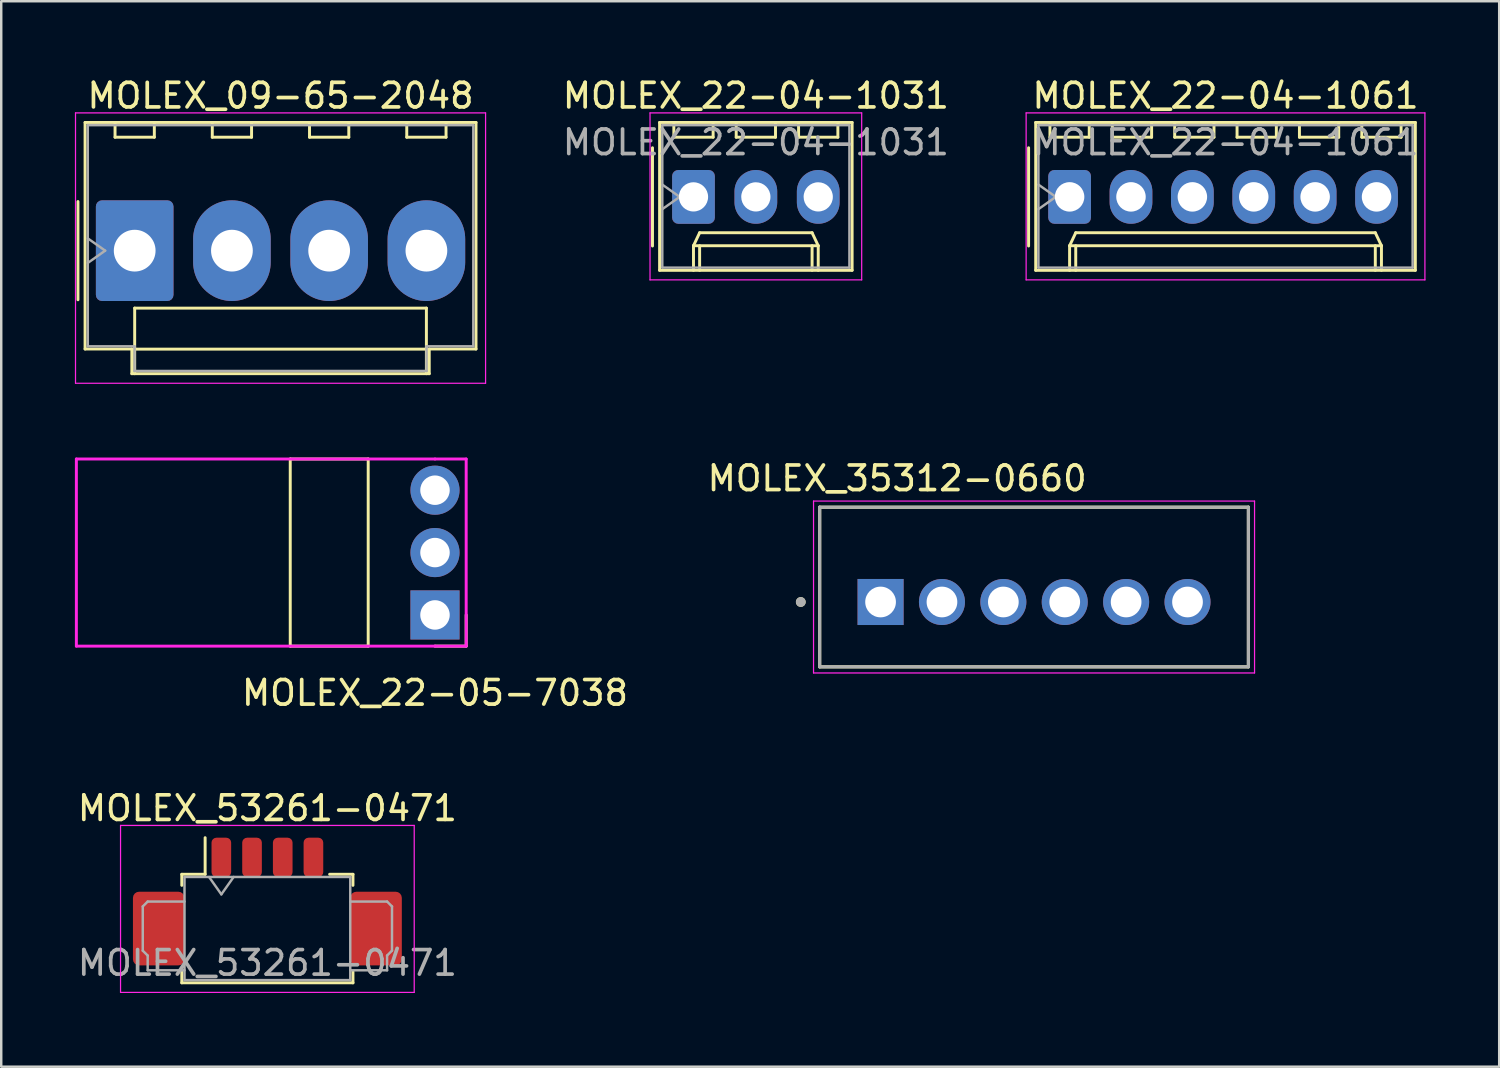
<source format=kicad_pcb>
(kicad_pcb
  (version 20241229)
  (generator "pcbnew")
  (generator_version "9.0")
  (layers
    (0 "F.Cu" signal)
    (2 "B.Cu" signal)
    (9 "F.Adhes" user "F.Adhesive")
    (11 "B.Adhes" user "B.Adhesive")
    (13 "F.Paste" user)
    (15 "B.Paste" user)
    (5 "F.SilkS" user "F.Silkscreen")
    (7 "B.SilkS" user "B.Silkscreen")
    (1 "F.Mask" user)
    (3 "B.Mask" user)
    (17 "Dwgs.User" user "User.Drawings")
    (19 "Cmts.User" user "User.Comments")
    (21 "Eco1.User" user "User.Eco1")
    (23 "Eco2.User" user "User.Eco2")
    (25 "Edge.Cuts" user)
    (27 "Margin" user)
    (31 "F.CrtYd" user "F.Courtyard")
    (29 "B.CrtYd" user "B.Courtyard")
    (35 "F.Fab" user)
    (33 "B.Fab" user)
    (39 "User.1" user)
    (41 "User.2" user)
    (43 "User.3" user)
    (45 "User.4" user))
  (footprint "MOLEX_22-04-1031"
    (layer "F.Cu")
    (at 25.192 4.968)
    (property "Reference" "MOLEX_22-04-1031" (at 2.54 -4.12 0) (layer "F.SilkS") (effects (font (size 1 1) (thickness 0.15))))
    (attr through_hole)
    (fp_line (start -1.67 -2) (end -1.67 2) (stroke (width 0.12) (type solid)) (layer "F.SilkS"))
    (fp_line (start -1.38 -3.03) (end -1.38 2.99) (stroke (width 0.12) (type solid)) (layer "F.SilkS"))
    (fp_line (start -1.38 2.99) (end 6.46 2.99) (stroke (width 0.12) (type solid)) (layer "F.SilkS"))
    (fp_line (start -0.8 -3.03) (end -0.8 -2.43) (stroke (width 0.12) (type solid)) (layer "F.SilkS"))
    (fp_line (start -0.8 -2.43) (end 0.8 -2.43) (stroke (width 0.12) (type solid)) (layer "F.SilkS"))
    (fp_line (start 0 1.99) (end 0.25 1.46) (stroke (width 0.12) (type solid)) (layer "F.SilkS"))
    (fp_line (start 0 1.99) (end 5.08 1.99) (stroke (width 0.12) (type solid)) (layer "F.SilkS"))
    (fp_line (start 0 2.99) (end 0 1.99) (stroke (width 0.12) (type solid)) (layer "F.SilkS"))
    (fp_line (start 0.25 1.46) (end 4.83 1.46) (stroke (width 0.12) (type solid)) (layer "F.SilkS"))
    (fp_line (start 0.25 2.99) (end 0.25 1.99) (stroke (width 0.12) (type solid)) (layer "F.SilkS"))
    (fp_line (start 0.8 -2.43) (end 0.8 -3.03) (stroke (width 0.12) (type solid)) (layer "F.SilkS"))
    (fp_line (start 1.74 -3.03) (end 1.74 -2.43) (stroke (width 0.12) (type solid)) (layer "F.SilkS"))
    (fp_line (start 1.74 -2.43) (end 3.34 -2.43) (stroke (width 0.12) (type solid)) (layer "F.SilkS"))
    (fp_line (start 3.34 -2.43) (end 3.34 -3.03) (stroke (width 0.12) (type solid)) (layer "F.SilkS"))
    (fp_line (start 4.28 -3.03) (end 4.28 -2.43) (stroke (width 0.12) (type solid)) (layer "F.SilkS"))
    (fp_line (start 4.28 -2.43) (end 5.88 -2.43) (stroke (width 0.12) (type solid)) (layer "F.SilkS"))
    (fp_line (start 4.83 1.46) (end 5.08 1.99) (stroke (width 0.12) (type solid)) (layer "F.SilkS"))
    (fp_line (start 4.83 2.99) (end 4.83 1.99) (stroke (width 0.12) (type solid)) (layer "F.SilkS"))
    (fp_line (start 5.08 1.99) (end 5.08 2.99) (stroke (width 0.12) (type solid)) (layer "F.SilkS"))
    (fp_line (start 5.88 -2.43) (end 5.88 -3.03) (stroke (width 0.12) (type solid)) (layer "F.SilkS"))
    (fp_line (start 6.46 -3.03) (end -1.38 -3.03) (stroke (width 0.12) (type solid)) (layer "F.SilkS"))
    (fp_line (start 6.46 2.99) (end 6.46 -3.03) (stroke (width 0.12) (type solid)) (layer "F.SilkS"))
    (fp_line (start -1.77 -3.42) (end -1.77 3.38) (stroke (width 0.05) (type solid)) (layer "F.CrtYd"))
    (fp_line (start -1.77 3.38) (end 6.85 3.38) (stroke (width 0.05) (type solid)) (layer "F.CrtYd"))
    (fp_line (start 6.85 -3.42) (end -1.77 -3.42) (stroke (width 0.05) (type solid)) (layer "F.CrtYd"))
    (fp_line (start 6.85 3.38) (end 6.85 -3.42) (stroke (width 0.05) (type solid)) (layer "F.CrtYd"))
    (fp_line (start -1.27 -2.92) (end -1.27 2.88) (stroke (width 0.1) (type solid)) (layer "F.Fab"))
    (fp_line (start -1.27 -0.5) (end -0.563 0) (stroke (width 0.1) (type solid)) (layer "F.Fab"))
    (fp_line (start -1.27 2.88) (end 6.35 2.88) (stroke (width 0.1) (type solid)) (layer "F.Fab"))
    (fp_line (start -0.563 0) (end -1.27 0.5) (stroke (width 0.1) (type solid)) (layer "F.Fab"))
    (fp_line (start 6.35 -2.92) (end -1.27 -2.92) (stroke (width 0.1) (type solid)) (layer "F.Fab"))
    (fp_line (start 6.35 2.88) (end 6.35 -2.92) (stroke (width 0.1) (type solid)) (layer "F.Fab"))
    (fp_text user "${REFERENCE}" (at 2.54 -2.22 0) (layer "F.Fab") (effects (font (size 1 1) (thickness 0.15))))
    (pad "1" thru_hole roundrect (at 0 0) (size 1.74 2.19) (drill 1.19) (layers "*.Cu" "*.Mask") (roundrect_rratio 0.144))
    (pad "2" thru_hole oval (at 2.54 0) (size 1.74 2.19) (drill 1.19) (layers "*.Cu" "*.Mask"))
    (pad "3" thru_hole oval (at 5.08 0) (size 1.74 2.19) (drill 1.19) (layers "*.Cu" "*.Mask")))
  (footprint "MOLEX_22-04-1061"
    (layer "F.Cu")
    (at 40.509 4.968)
    (property "Reference" "MOLEX_22-04-1061" (at 6.35 -4.12 0) (layer "F.SilkS") (effects (font (size 1 1) (thickness 0.15))))
    (attr through_hole)
    (fp_line (start -1.67 -2) (end -1.67 2) (stroke (width 0.12) (type solid)) (layer "F.SilkS"))
    (fp_line (start -1.38 -3.03) (end -1.38 2.99) (stroke (width 0.12) (type solid)) (layer "F.SilkS"))
    (fp_line (start -1.38 2.99) (end 14.08 2.99) (stroke (width 0.12) (type solid)) (layer "F.SilkS"))
    (fp_line (start -0.8 -3.03) (end -0.8 -2.43) (stroke (width 0.12) (type solid)) (layer "F.SilkS"))
    (fp_line (start -0.8 -2.43) (end 0.8 -2.43) (stroke (width 0.12) (type solid)) (layer "F.SilkS"))
    (fp_line (start 0 1.99) (end 0.25 1.46) (stroke (width 0.12) (type solid)) (layer "F.SilkS"))
    (fp_line (start 0 1.99) (end 12.7 1.99) (stroke (width 0.12) (type solid)) (layer "F.SilkS"))
    (fp_line (start 0 2.99) (end 0 1.99) (stroke (width 0.12) (type solid)) (layer "F.SilkS"))
    (fp_line (start 0.25 1.46) (end 12.45 1.46) (stroke (width 0.12) (type solid)) (layer "F.SilkS"))
    (fp_line (start 0.25 2.99) (end 0.25 1.99) (stroke (width 0.12) (type solid)) (layer "F.SilkS"))
    (fp_line (start 0.8 -2.43) (end 0.8 -3.03) (stroke (width 0.12) (type solid)) (layer "F.SilkS"))
    (fp_line (start 1.74 -3.03) (end 1.74 -2.43) (stroke (width 0.12) (type solid)) (layer "F.SilkS"))
    (fp_line (start 1.74 -2.43) (end 3.34 -2.43) (stroke (width 0.12) (type solid)) (layer "F.SilkS"))
    (fp_line (start 3.34 -2.43) (end 3.34 -3.03) (stroke (width 0.12) (type solid)) (layer "F.SilkS"))
    (fp_line (start 4.28 -3.03) (end 4.28 -2.43) (stroke (width 0.12) (type solid)) (layer "F.SilkS"))
    (fp_line (start 4.28 -2.43) (end 5.88 -2.43) (stroke (width 0.12) (type solid)) (layer "F.SilkS"))
    (fp_line (start 5.88 -2.43) (end 5.88 -3.03) (stroke (width 0.12) (type solid)) (layer "F.SilkS"))
    (fp_line (start 6.82 -3.03) (end 6.82 -2.43) (stroke (width 0.12) (type solid)) (layer "F.SilkS"))
    (fp_line (start 6.82 -2.43) (end 8.42 -2.43) (stroke (width 0.12) (type solid)) (layer "F.SilkS"))
    (fp_line (start 8.42 -2.43) (end 8.42 -3.03) (stroke (width 0.12) (type solid)) (layer "F.SilkS"))
    (fp_line (start 9.36 -3.03) (end 9.36 -2.43) (stroke (width 0.12) (type solid)) (layer "F.SilkS"))
    (fp_line (start 9.36 -2.43) (end 10.96 -2.43) (stroke (width 0.12) (type solid)) (layer "F.SilkS"))
    (fp_line (start 10.96 -2.43) (end 10.96 -3.03) (stroke (width 0.12) (type solid)) (layer "F.SilkS"))
    (fp_line (start 11.9 -3.03) (end 11.9 -2.43) (stroke (width 0.12) (type solid)) (layer "F.SilkS"))
    (fp_line (start 11.9 -2.43) (end 13.5 -2.43) (stroke (width 0.12) (type solid)) (layer "F.SilkS"))
    (fp_line (start 12.45 1.46) (end 12.7 1.99) (stroke (width 0.12) (type solid)) (layer "F.SilkS"))
    (fp_line (start 12.45 2.99) (end 12.45 1.99) (stroke (width 0.12) (type solid)) (layer "F.SilkS"))
    (fp_line (start 12.7 1.99) (end 12.7 2.99) (stroke (width 0.12) (type solid)) (layer "F.SilkS"))
    (fp_line (start 13.5 -2.43) (end 13.5 -3.03) (stroke (width 0.12) (type solid)) (layer "F.SilkS"))
    (fp_line (start 14.08 -3.03) (end -1.38 -3.03) (stroke (width 0.12) (type solid)) (layer "F.SilkS"))
    (fp_line (start 14.08 2.99) (end 14.08 -3.03) (stroke (width 0.12) (type solid)) (layer "F.SilkS"))
    (fp_line (start -1.77 -3.42) (end -1.77 3.38) (stroke (width 0.05) (type solid)) (layer "F.CrtYd"))
    (fp_line (start -1.77 3.38) (end 14.47 3.38) (stroke (width 0.05) (type solid)) (layer "F.CrtYd"))
    (fp_line (start 14.47 -3.42) (end -1.77 -3.42) (stroke (width 0.05) (type solid)) (layer "F.CrtYd"))
    (fp_line (start 14.47 3.38) (end 14.47 -3.42) (stroke (width 0.05) (type solid)) (layer "F.CrtYd"))
    (fp_line (start -1.27 -2.92) (end -1.27 2.88) (stroke (width 0.1) (type solid)) (layer "F.Fab"))
    (fp_line (start -1.27 -0.5) (end -0.563 0) (stroke (width 0.1) (type solid)) (layer "F.Fab"))
    (fp_line (start -1.27 2.88) (end 13.97 2.88) (stroke (width 0.1) (type solid)) (layer "F.Fab"))
    (fp_line (start -0.563 0) (end -1.27 0.5) (stroke (width 0.1) (type solid)) (layer "F.Fab"))
    (fp_line (start 13.97 -2.92) (end -1.27 -2.92) (stroke (width 0.1) (type solid)) (layer "F.Fab"))
    (fp_line (start 13.97 2.88) (end 13.97 -2.92) (stroke (width 0.1) (type solid)) (layer "F.Fab"))
    (fp_text user "${REFERENCE}" (at 6.35 -2.22 0) (layer "F.Fab") (effects (font (size 1 1) (thickness 0.15))))
    (pad "1" thru_hole roundrect (at 0 0) (size 1.74 2.19) (drill 1.2) (layers "*.Cu" "*.Mask") (roundrect_rratio 0.144))
    (pad "2" thru_hole oval (at 2.5 0) (size 1.74 2.19) (drill 1.2) (layers "*.Cu" "*.Mask"))
    (pad "3" thru_hole oval (at 5 0) (size 1.74 2.19) (drill 1.2) (layers "*.Cu" "*.Mask"))
    (pad "4" thru_hole oval (at 7.5 0) (size 1.74 2.19) (drill 1.2) (layers "*.Cu" "*.Mask"))
    (pad "5" thru_hole oval (at 10 0) (size 1.74 2.19) (drill 1.2) (layers "*.Cu" "*.Mask"))
    (pad "6" thru_hole oval (at 12.5 0) (size 1.74 2.19) (drill 1.2) (layers "*.Cu" "*.Mask")))
  (footprint "MOLEX_09-65-2048"
    (layer "F.Cu")
    (at 2.435 7.158)
    (property "Reference" "MOLEX_09-65-2048" (at 5.94 -6.31 0) (layer "F.SilkS") (effects (font (size 1 1) (thickness 0.15))))
    (attr through_hole)
    (fp_line (start -2.31 -2) (end -2.31 2) (stroke (width 0.12) (type solid)) (layer "F.SilkS"))
    (fp_line (start -2.02 -5.22) (end 13.9 -5.22) (stroke (width 0.12) (type solid)) (layer "F.SilkS"))
    (fp_line (start -2.02 4.005) (end -2.02 -5.22) (stroke (width 0.12) (type solid)) (layer "F.SilkS"))
    (fp_line (start -0.8 -5.22) (end -0.8 -4.62) (stroke (width 0.12) (type solid)) (layer "F.SilkS"))
    (fp_line (start -0.8 -4.62) (end 0.8 -4.62) (stroke (width 0.12) (type solid)) (layer "F.SilkS"))
    (fp_line (start -0.115 4.005) (end -2.02 4.005) (stroke (width 0.12) (type solid)) (layer "F.SilkS"))
    (fp_line (start -0.115 5.01) (end -0.115 4.005) (stroke (width 0.12) (type solid)) (layer "F.SilkS"))
    (fp_line (start 0 2.34) (end 11.88 2.34) (stroke (width 0.12) (type solid)) (layer "F.SilkS"))
    (fp_line (start 0 4.01) (end 0 2.34) (stroke (width 0.12) (type solid)) (layer "F.SilkS"))
    (fp_line (start 0 4.01) (end 11.88 4.01) (stroke (width 0.12) (type solid)) (layer "F.SilkS"))
    (fp_line (start 0 5.01) (end 0 4.01) (stroke (width 0.12) (type solid)) (layer "F.SilkS"))
    (fp_line (start 0.8 -4.62) (end 0.8 -5.22) (stroke (width 0.12) (type solid)) (layer "F.SilkS"))
    (fp_line (start 3.16 -5.22) (end 3.16 -4.62) (stroke (width 0.12) (type solid)) (layer "F.SilkS"))
    (fp_line (start 3.16 -4.62) (end 4.76 -4.62) (stroke (width 0.12) (type solid)) (layer "F.SilkS"))
    (fp_line (start 4.76 -4.62) (end 4.76 -5.22) (stroke (width 0.12) (type solid)) (layer "F.SilkS"))
    (fp_line (start 7.12 -5.22) (end 7.12 -4.62) (stroke (width 0.12) (type solid)) (layer "F.SilkS"))
    (fp_line (start 7.12 -4.62) (end 8.72 -4.62) (stroke (width 0.12) (type solid)) (layer "F.SilkS"))
    (fp_line (start 8.72 -4.62) (end 8.72 -5.22) (stroke (width 0.12) (type solid)) (layer "F.SilkS"))
    (fp_line (start 11.08 -5.22) (end 11.08 -4.62) (stroke (width 0.12) (type solid)) (layer "F.SilkS"))
    (fp_line (start 11.08 -4.62) (end 12.68 -4.62) (stroke (width 0.12) (type solid)) (layer "F.SilkS"))
    (fp_line (start 11.88 2.34) (end 11.88 4.01) (stroke (width 0.12) (type solid)) (layer "F.SilkS"))
    (fp_line (start 11.88 4.01) (end 11.88 5.01) (stroke (width 0.12) (type solid)) (layer "F.SilkS"))
    (fp_line (start 11.995 4.005) (end 11.995 5.01) (stroke (width 0.12) (type solid)) (layer "F.SilkS"))
    (fp_line (start 11.995 5.01) (end -0.115 5.01) (stroke (width 0.12) (type solid)) (layer "F.SilkS"))
    (fp_line (start 12.68 -4.62) (end 12.68 -5.22) (stroke (width 0.12) (type solid)) (layer "F.SilkS"))
    (fp_line (start 13.9 -5.22) (end 13.9 4.005) (stroke (width 0.12) (type solid)) (layer "F.SilkS"))
    (fp_line (start 13.9 4.005) (end 11.995 4.005) (stroke (width 0.12) (type solid)) (layer "F.SilkS"))
    (fp_line (start -2.41 -5.61) (end -2.41 5.4) (stroke (width 0.05) (type solid)) (layer "F.CrtYd"))
    (fp_line (start -2.41 5.4) (end 14.29 5.4) (stroke (width 0.05) (type solid)) (layer "F.CrtYd"))
    (fp_line (start 14.29 -5.61) (end -2.41 -5.61) (stroke (width 0.05) (type solid)) (layer "F.CrtYd"))
    (fp_line (start 14.29 5.4) (end 14.29 -5.61) (stroke (width 0.05) (type solid)) (layer "F.CrtYd"))
    (fp_line (start -1.91 -5.11) (end 13.79 -5.11) (stroke (width 0.1) (type solid)) (layer "F.Fab"))
    (fp_line (start -1.91 -0.5) (end -1.203 0) (stroke (width 0.1) (type solid)) (layer "F.Fab"))
    (fp_line (start -1.91 3.895) (end -1.91 -5.11) (stroke (width 0.1) (type solid)) (layer "F.Fab"))
    (fp_line (start -1.203 0) (end -1.91 0.5) (stroke (width 0.1) (type solid)) (layer "F.Fab"))
    (fp_line (start -0.005 3.895) (end -1.91 3.895) (stroke (width 0.1) (type solid)) (layer "F.Fab"))
    (fp_line (start -0.005 4.9) (end -0.005 3.895) (stroke (width 0.1) (type solid)) (layer "F.Fab"))
    (fp_line (start 11.885 3.895) (end 11.885 4.9) (stroke (width 0.1) (type solid)) (layer "F.Fab"))
    (fp_line (start 11.885 4.9) (end -0.005 4.9) (stroke (width 0.1) (type solid)) (layer "F.Fab"))
    (fp_line (start 13.79 -5.11) (end 13.79 3.895) (stroke (width 0.1) (type solid)) (layer "F.Fab"))
    (fp_line (start 13.79 3.895) (end 11.885 3.895) (stroke (width 0.1) (type solid)) (layer "F.Fab"))
    (pad "1" thru_hole roundrect (at 0 0) (size 3.16 4.1) (drill 1.7) (layers "*.Cu" "*.Mask") (roundrect_rratio 0.079))
    (pad "2" thru_hole oval (at 3.96 0) (size 3.16 4.1) (drill 1.7) (layers "*.Cu" "*.Mask"))
    (pad "3" thru_hole oval (at 7.92 0) (size 3.16 4.1) (drill 1.7) (layers "*.Cu" "*.Mask"))
    (pad "4" thru_hole oval (at 11.88 0) (size 3.16 4.1) (drill 1.7) (layers "*.Cu" "*.Mask")))
  (footprint "MOLEX_35312-0660"
    (layer "F.Cu")
    (at 39.061 21.466)
    (property "Reference" "MOLEX_35312-0660" (at -5.575 -5.035 0) (layer "F.SilkS") (effects (font (size 1 1) (thickness 0.15))))
    (attr through_hole)
    (fp_line (start -8.73 -3.86) (end -8.73 2.64) (stroke (width 0.127) (type solid)) (layer "F.SilkS"))
    (fp_line (start -8.73 2.64) (end 8.73 2.64) (stroke (width 0.127) (type solid)) (layer "F.SilkS"))
    (fp_line (start 8.73 -3.86) (end -8.73 -3.86) (stroke (width 0.127) (type solid)) (layer "F.SilkS"))
    (fp_line (start 8.73 2.64) (end 8.73 -3.86) (stroke (width 0.127) (type solid)) (layer "F.SilkS"))
    (fp_circle (center -9.5 0) (end -9.4 0) (stroke (width 0.2) (type solid)) (fill no) (layer "F.SilkS"))
    (fp_line (start -8.98 -4.11) (end -8.98 2.89) (stroke (width 0.05) (type solid)) (layer "F.CrtYd"))
    (fp_line (start -8.98 2.89) (end 8.98 2.89) (stroke (width 0.05) (type solid)) (layer "F.CrtYd"))
    (fp_line (start 8.98 -4.11) (end -8.98 -4.11) (stroke (width 0.05) (type solid)) (layer "F.CrtYd"))
    (fp_line (start 8.98 2.89) (end 8.98 -4.11) (stroke (width 0.05) (type solid)) (layer "F.CrtYd"))
    (fp_line (start -8.73 -3.86) (end -8.73 2.64) (stroke (width 0.127) (type solid)) (layer "F.Fab"))
    (fp_line (start -8.73 2.64) (end 8.73 2.64) (stroke (width 0.127) (type solid)) (layer "F.Fab"))
    (fp_line (start 8.73 -3.86) (end -8.73 -3.86) (stroke (width 0.127) (type solid)) (layer "F.Fab"))
    (fp_line (start 8.73 2.64) (end 8.73 -3.86) (stroke (width 0.127) (type solid)) (layer "F.Fab"))
    (fp_circle (center -9.5 0) (end -9.4 0) (stroke (width 0.2) (type solid)) (fill no) (layer "F.Fab"))
    (pad "1" thru_hole rect (at -6.25 0) (size 1.875 1.875) (drill 1.25) (layers "*.Cu" "*.Mask"))
    (pad "2" thru_hole circle (at -3.75 0) (size 1.875 1.875) (drill 1.25) (layers "*.Cu" "*.Mask"))
    (pad "3" thru_hole circle (at -1.25 0) (size 1.875 1.875) (drill 1.25) (layers "*.Cu" "*.Mask"))
    (pad "4" thru_hole circle (at 1.25 0) (size 1.875 1.875) (drill 1.25) (layers "*.Cu" "*.Mask"))
    (pad "5" thru_hole circle (at 3.75 0) (size 1.875 1.875) (drill 1.25) (layers "*.Cu" "*.Mask"))
    (pad "6" thru_hole circle (at 6.25 0) (size 1.875 1.875) (drill 1.25) (layers "*.Cu" "*.Mask")))
  (footprint "MOLEX_53261-0471"
    (layer "F.Cu")
    (at 7.839 34.265)
    (property "Reference" "MOLEX_53261-0471" (at 0 -4.4 0) (layer "F.SilkS") (effects (font (size 1 1) (thickness 0.15))))
    (attr smd)
    (fp_line (start -3.485 -1.71) (end -2.535 -1.71) (stroke (width 0.12) (type solid)) (layer "F.SilkS"))
    (fp_line (start -3.485 -1.26) (end -3.485 -1.71) (stroke (width 0.12) (type solid)) (layer "F.SilkS"))
    (fp_line (start -3.485 2.26) (end -3.485 2.71) (stroke (width 0.12) (type solid)) (layer "F.SilkS"))
    (fp_line (start -3.485 2.71) (end 3.485 2.71) (stroke (width 0.12) (type solid)) (layer "F.SilkS"))
    (fp_line (start -2.535 -1.71) (end -2.535 -3.2) (stroke (width 0.12) (type solid)) (layer "F.SilkS"))
    (fp_line (start 3.485 -1.71) (end 2.535 -1.71) (stroke (width 0.12) (type solid)) (layer "F.SilkS"))
    (fp_line (start 3.485 -1.26) (end 3.485 -1.71) (stroke (width 0.12) (type solid)) (layer "F.SilkS"))
    (fp_line (start 3.485 2.71) (end 3.485 2.26) (stroke (width 0.12) (type solid)) (layer "F.SilkS"))
    (fp_line (start -5.98 -3.7) (end -5.98 3.1) (stroke (width 0.05) (type solid)) (layer "F.CrtYd"))
    (fp_line (start -5.98 3.1) (end 5.98 3.1) (stroke (width 0.05) (type solid)) (layer "F.CrtYd"))
    (fp_line (start 5.98 -3.7) (end -5.98 -3.7) (stroke (width 0.05) (type solid)) (layer "F.CrtYd"))
    (fp_line (start 5.98 3.1) (end 5.98 -3.7) (stroke (width 0.05) (type solid)) (layer "F.CrtYd"))
    (fp_line (start -5.075 -0.4) (end -5.075 1.4) (stroke (width 0.1) (type solid)) (layer "F.Fab"))
    (fp_line (start -5.075 1.4) (end -4.875 1.6) (stroke (width 0.1) (type solid)) (layer "F.Fab"))
    (fp_line (start -4.875 -0.6) (end -5.075 -0.4) (stroke (width 0.1) (type solid)) (layer "F.Fab"))
    (fp_line (start -4.875 1.6) (end -4.875 2.2) (stroke (width 0.1) (type solid)) (layer "F.Fab"))
    (fp_line (start -4.875 2.2) (end -3.375 2.2) (stroke (width 0.1) (type solid)) (layer "F.Fab"))
    (fp_line (start -3.375 -1.6) (end -3.375 2.6) (stroke (width 0.1) (type solid)) (layer "F.Fab"))
    (fp_line (start -3.375 -1.6) (end 3.375 -1.6) (stroke (width 0.1) (type solid)) (layer "F.Fab"))
    (fp_line (start -3.375 -0.6) (end -4.875 -0.6) (stroke (width 0.1) (type solid)) (layer "F.Fab"))
    (fp_line (start -3.375 2.6) (end 3.375 2.6) (stroke (width 0.1) (type solid)) (layer "F.Fab"))
    (fp_line (start -2.375 -1.6) (end -1.875 -0.893) (stroke (width 0.1) (type solid)) (layer "F.Fab"))
    (fp_line (start -1.875 -0.893) (end -1.375 -1.6) (stroke (width 0.1) (type solid)) (layer "F.Fab"))
    (fp_line (start 3.375 -1.6) (end 3.375 2.6) (stroke (width 0.1) (type solid)) (layer "F.Fab"))
    (fp_line (start 3.375 -0.6) (end 4.875 -0.6) (stroke (width 0.1) (type solid)) (layer "F.Fab"))
    (fp_line (start 4.875 -0.6) (end 5.075 -0.4) (stroke (width 0.1) (type solid)) (layer "F.Fab"))
    (fp_line (start 4.875 1.6) (end 4.875 2.2) (stroke (width 0.1) (type solid)) (layer "F.Fab"))
    (fp_line (start 4.875 2.2) (end 3.375 2.2) (stroke (width 0.1) (type solid)) (layer "F.Fab"))
    (fp_line (start 5.075 -0.4) (end 5.075 1.4) (stroke (width 0.1) (type solid)) (layer "F.Fab"))
    (fp_line (start 5.075 1.4) (end 4.875 1.6) (stroke (width 0.1) (type solid)) (layer "F.Fab"))
    (fp_text user "${REFERENCE}" (at 0 1.9 0) (layer "F.Fab") (effects (font (size 1 1) (thickness 0.15))))
    (pad "1" smd roundrect (at -1.875 -2.4) (size 0.8 1.6) (layers "F.Cu" "F.Mask" "F.Paste") (roundrect_rratio 0.25))
    (pad "2" smd roundrect (at -0.625 -2.4) (size 0.8 1.6) (layers "F.Cu" "F.Mask" "F.Paste") (roundrect_rratio 0.25))
    (pad "3" smd roundrect (at 0.625 -2.4) (size 0.8 1.6) (layers "F.Cu" "F.Mask" "F.Paste") (roundrect_rratio 0.25))
    (pad "4" smd roundrect (at 1.875 -2.4) (size 0.8 1.6) (layers "F.Cu" "F.Mask" "F.Paste") (roundrect_rratio 0.25))
    (pad "MP" smd roundrect (at -4.425 0.5) (size 2.1 3) (layers "F.Cu" "F.Mask" "F.Paste") (roundrect_rratio 0.119))
    (pad "MP" smd roundrect (at 4.425 0.5) (size 2.1 3) (layers "F.Cu" "F.Mask" "F.Paste") (roundrect_rratio 0.119)))
  (footprint "MOLEX_22-05-7038"
    (layer "F.Cu")
    (at 14.665 21.993)
    (property "Reference" "MOLEX_22-05-7038" (at 0 3.175 0) (layer "F.SilkS") (effects (font (size 1 1) (thickness 0.15))))
    (attr through_hole)
    (fp_line (start -5.895 -6.35) (end -2.72 -6.35) (stroke (width 0.12) (type solid)) (layer "F.SilkS"))
    (fp_line (start -5.895 1.27) (end -5.895 -6.35) (stroke (width 0.12) (type solid)) (layer "F.SilkS"))
    (fp_line (start -2.72 -6.35) (end -2.72 1.27) (stroke (width 0.12) (type solid)) (layer "F.SilkS"))
    (fp_line (start -2.72 1.27) (end -5.895 1.27) (stroke (width 0.12) (type solid)) (layer "F.SilkS"))
    (fp_line (start 1.27 0) (end 1.27 1.27) (stroke (width 0.12) (type solid)) (layer "F.SilkS"))
    (fp_line (start 1.27 1.27) (end 0 1.27) (stroke (width 0.12) (type solid)) (layer "F.SilkS"))
    (fp_line (start -14.605 -6.35) (end 0 -6.35) (stroke (width 0.12) (type solid)) (layer "F.CrtYd"))
    (fp_line (start -14.605 1.27) (end -14.605 -6.35) (stroke (width 0.12) (type solid)) (layer "F.CrtYd"))
    (fp_line (start 0 -6.35) (end 1.27 -6.35) (stroke (width 0.12) (type solid)) (layer "F.CrtYd"))
    (fp_line (start 0 1.27) (end -14.605 1.27) (stroke (width 0.12) (type solid)) (layer "F.CrtYd"))
    (fp_line (start 1.27 -6.35) (end 1.27 1.27) (stroke (width 0.12) (type solid)) (layer "F.CrtYd"))
    (fp_line (start 1.27 1.27) (end 0 1.27) (stroke (width 0.12) (type solid)) (layer "F.CrtYd"))
    (pad "1" thru_hole rect (at 0 0) (size 2 2) (drill 1.2) (layers "*.Cu" "*.Mask"))
    (pad "2" thru_hole circle (at 0 -2.54) (size 2 2) (drill 1.2) (layers "*.Cu" "*.Mask"))
    (pad "3" thru_hole circle (at 0 -5.08) (size 2 2) (drill 1.2) (layers "*.Cu" "*.Mask")))
  (gr_rect
    (start -3 -3)
    (end 58.004 40.39)
    (stroke (width 0.1) (type default))
    (fill no)
    (layer "Edge.Cuts")))
</source>
